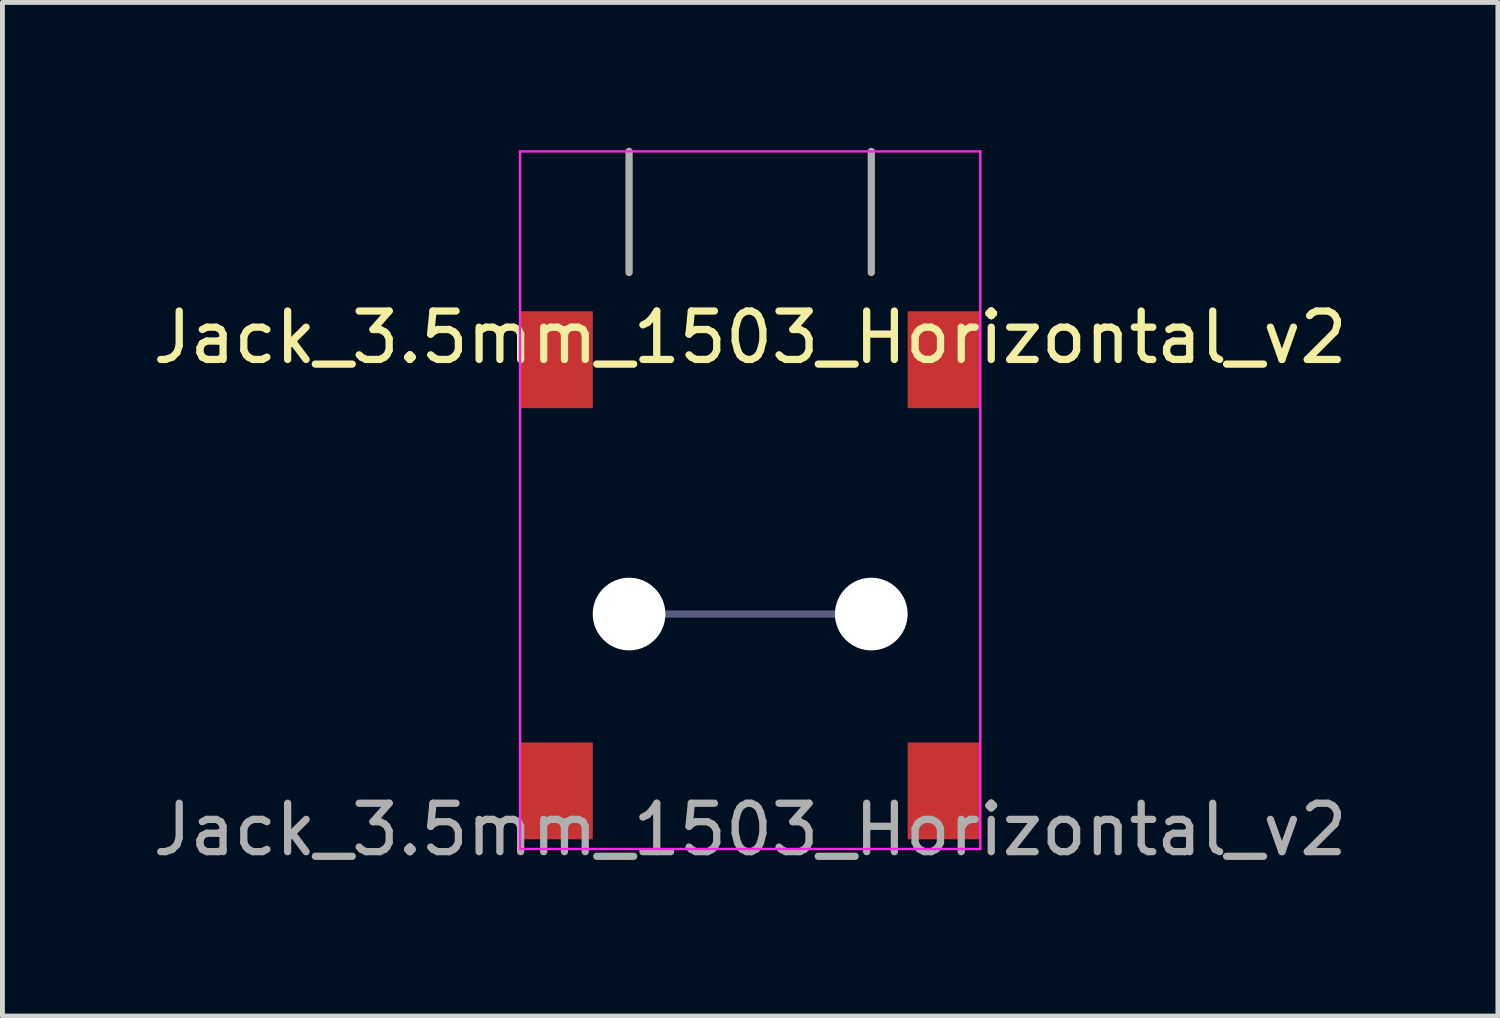
<source format=kicad_pcb>
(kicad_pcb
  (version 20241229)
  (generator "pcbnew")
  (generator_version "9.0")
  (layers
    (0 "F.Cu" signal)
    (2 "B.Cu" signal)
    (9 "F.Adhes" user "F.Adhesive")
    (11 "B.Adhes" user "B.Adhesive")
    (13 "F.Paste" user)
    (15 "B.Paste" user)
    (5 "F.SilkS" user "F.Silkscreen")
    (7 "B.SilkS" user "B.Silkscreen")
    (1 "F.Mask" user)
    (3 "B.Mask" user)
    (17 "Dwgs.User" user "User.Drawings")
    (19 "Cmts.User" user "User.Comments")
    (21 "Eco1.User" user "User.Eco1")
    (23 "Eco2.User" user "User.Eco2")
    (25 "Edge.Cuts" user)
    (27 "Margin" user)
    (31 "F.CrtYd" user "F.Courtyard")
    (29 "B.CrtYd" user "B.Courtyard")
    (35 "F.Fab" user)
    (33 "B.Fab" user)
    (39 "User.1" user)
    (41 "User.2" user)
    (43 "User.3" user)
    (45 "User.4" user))
  (footprint "Jack_3.5mm_1503_Horizontal_v2"
    (layer "F.Cu")
    (at 12.435 14.075)
    (property "Reference" "Jack_3.5mm_1503_Horizontal_v2" (at 0 -10.16 0) (layer "F.SilkS") (effects (font (size 1 1) (thickness 0.15))))
    (attr smd)
    (fp_line (start -4.75 -14) (end 4.75 -14) (stroke (width 0.05) (type solid)) (layer "F.CrtYd"))
    (fp_line (start -4.75 0.4) (end -4.75 -14) (stroke (width 0.05) (type solid)) (layer "F.CrtYd"))
    (fp_line (start -4.75 0.4) (end 4.75 0.4) (stroke (width 0.05) (type solid)) (layer "F.CrtYd"))
    (fp_line (start 4.75 0.4) (end 4.75 -14) (stroke (width 0.05) (type solid)) (layer "F.CrtYd"))
    (fp_line (start -2.5 -4.45) (end 3.15 -4.45) (stroke (width 0.15) (type solid)) (layer "B.Fab"))
    (fp_line (start -2.5 -14) (end -2.5 -11.5) (stroke (width 0.15) (type solid)) (layer "F.Fab"))
    (fp_line (start 2.5 -14) (end 2.5 -11.5) (stroke (width 0.15) (type solid)) (layer "F.Fab"))
    (fp_text user "${REFERENCE}" (at 0 0 0) (layer "F.Fab") (effects (font (size 1 1) (thickness 0.15))))
    (pad "" np_thru_hole circle (at -2.5 -4.45) (size 1.5 1.5) (drill 1.5) (layers "*.Cu" "*.Mask"))
    (pad "" np_thru_hole circle (at 2.5 -4.45) (size 1.5 1.5) (drill 1.5) (layers "*.Cu" "*.Mask"))
    (pad "1" smd rect (at 4 -0.8) (size 1.5 2) (layers "F.Cu" "F.Mask" "F.Paste"))
    (pad "2" smd rect (at -4 -9.7) (size 1.5 2) (layers "F.Cu" "F.Mask" "F.Paste"))
    (pad "2" smd rect (at 4 -9.7) (size 1.5 2) (layers "F.Cu" "F.Mask" "F.Paste"))
    (pad "3" smd rect (at -4 -0.8) (size 1.5 2) (layers "F.Cu" "F.Mask" "F.Paste")))
  (gr_rect
    (start -3 -3)
    (end 27.869 17.923)
    (stroke (width 0.1) (type default))
    (fill no)
    (layer "Edge.Cuts")))
</source>
